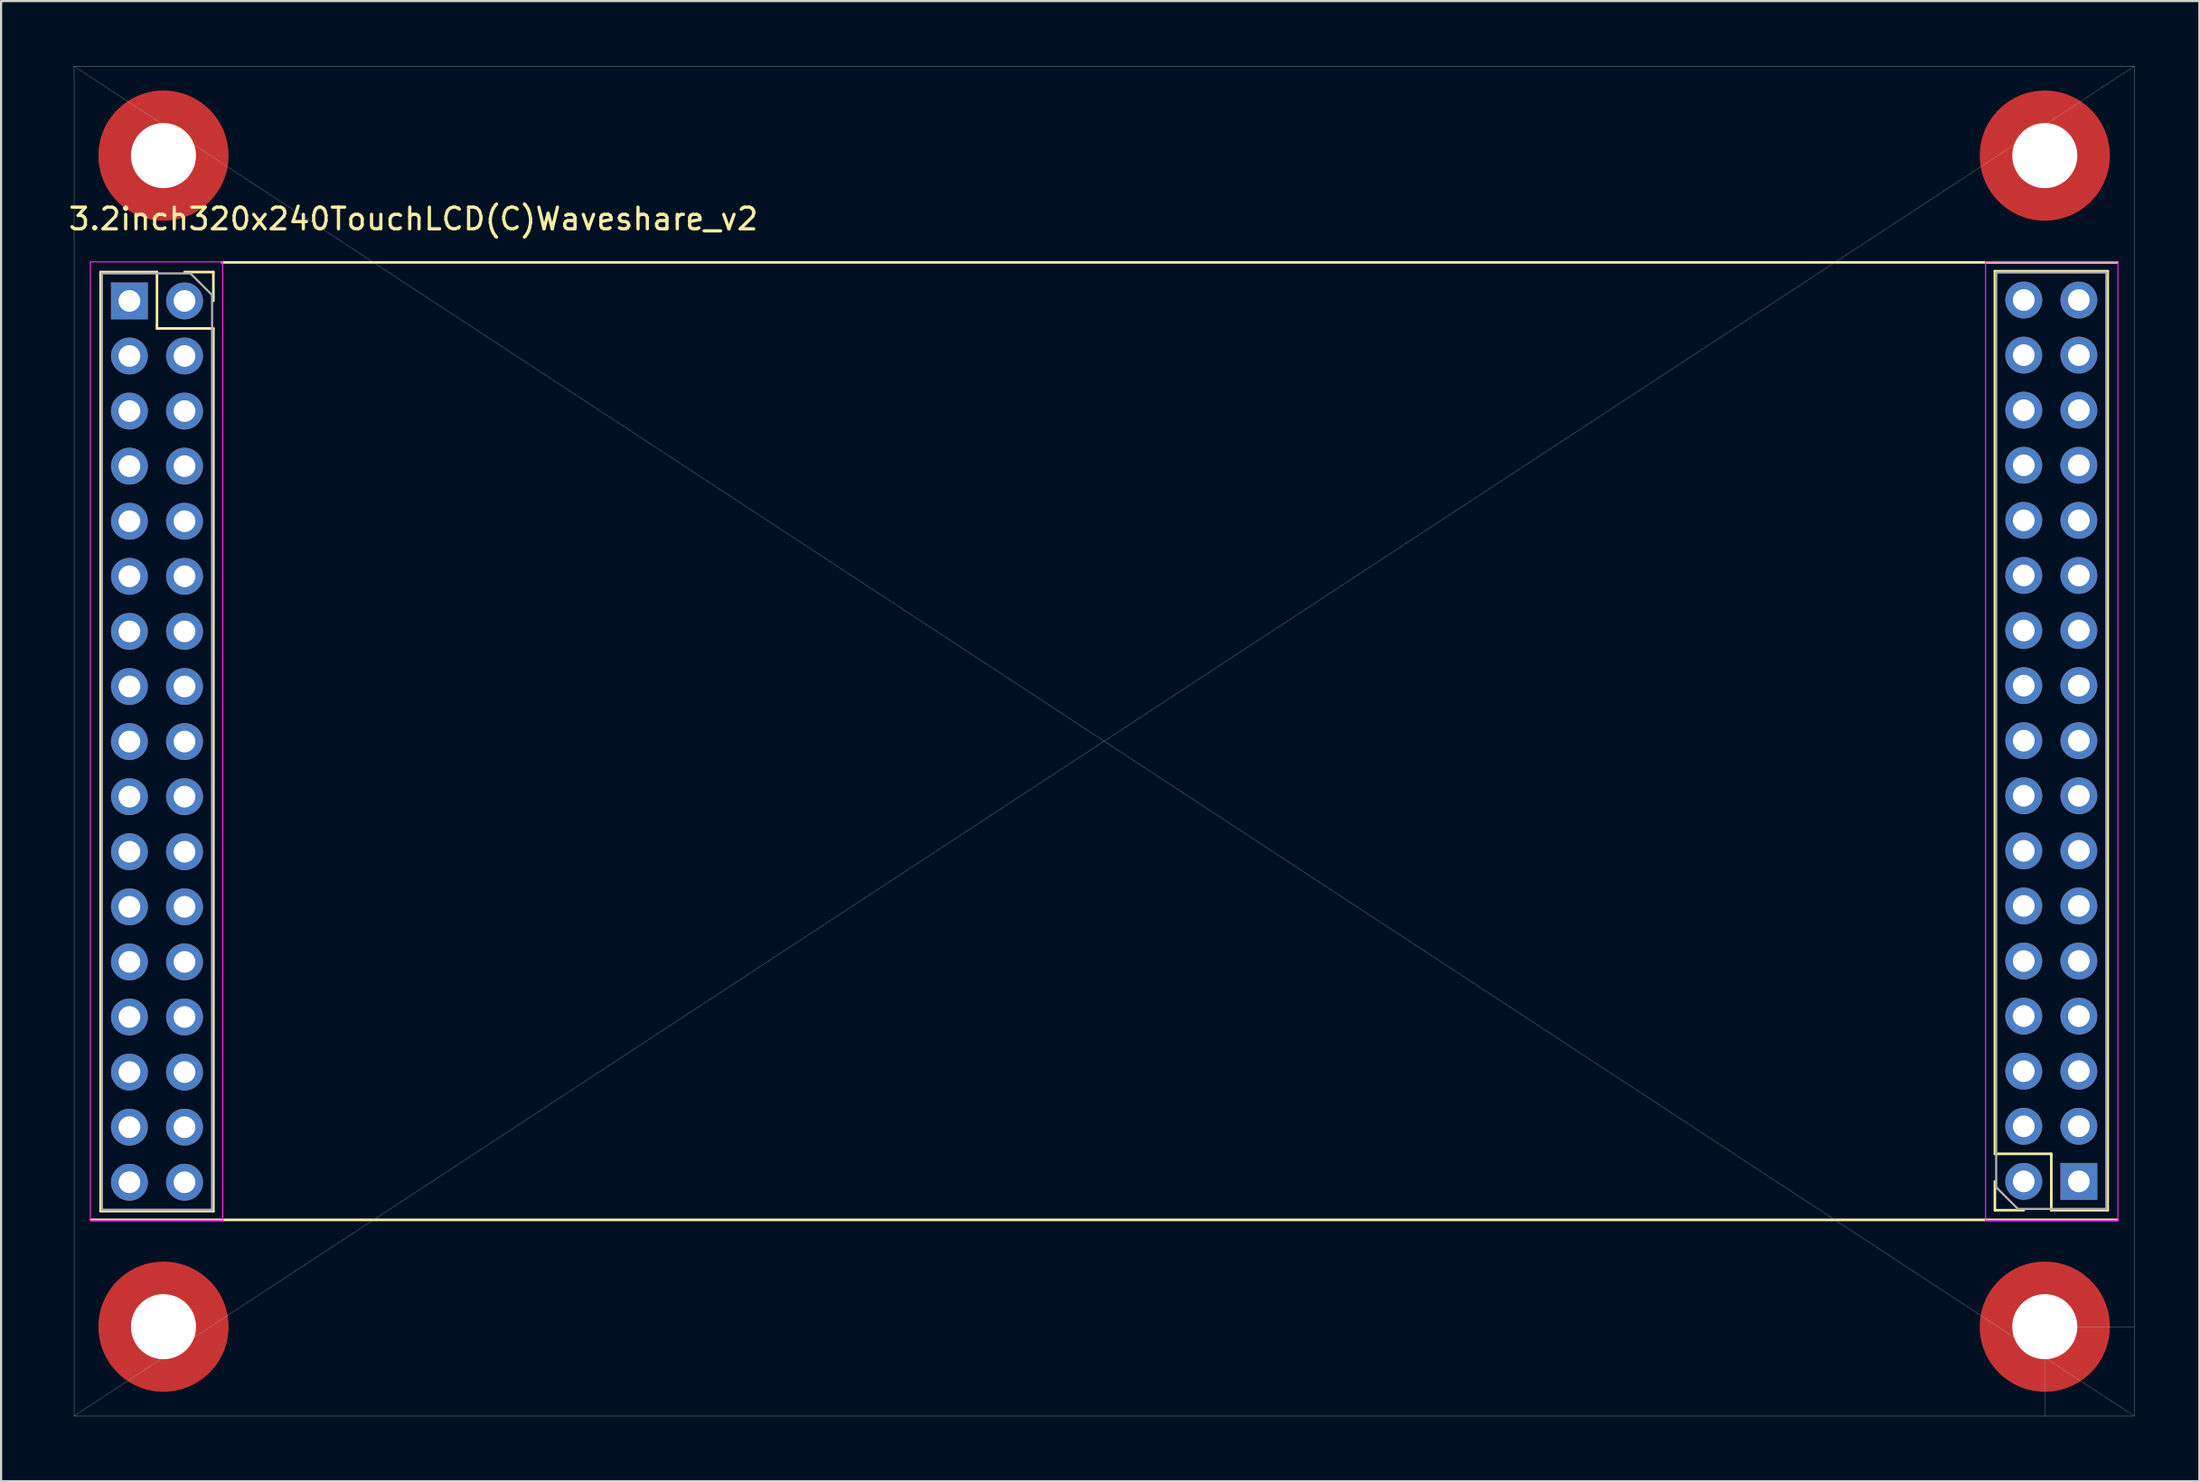
<source format=kicad_pcb>
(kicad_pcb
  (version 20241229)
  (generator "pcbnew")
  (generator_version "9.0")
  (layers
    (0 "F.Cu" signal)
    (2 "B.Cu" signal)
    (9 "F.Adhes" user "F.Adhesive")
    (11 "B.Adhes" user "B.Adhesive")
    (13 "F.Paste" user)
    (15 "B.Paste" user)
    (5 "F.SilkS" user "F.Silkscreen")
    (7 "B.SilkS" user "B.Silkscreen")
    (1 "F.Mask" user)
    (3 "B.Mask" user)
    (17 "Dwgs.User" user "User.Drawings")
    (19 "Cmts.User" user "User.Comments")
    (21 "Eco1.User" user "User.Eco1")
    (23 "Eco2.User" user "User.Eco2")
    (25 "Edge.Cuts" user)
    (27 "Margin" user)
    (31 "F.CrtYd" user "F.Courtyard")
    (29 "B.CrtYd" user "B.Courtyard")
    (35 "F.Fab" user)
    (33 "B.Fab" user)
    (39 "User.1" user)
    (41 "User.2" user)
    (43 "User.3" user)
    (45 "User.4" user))
  (footprint "3.2inch320x240TouchLCD(C)Waveshare_v2"
    (layer "F.Cu")
    (at 47.852 31.125)
    (property "Reference" "3.2inch320x240TouchLCD(C)Waveshare_v2" (at -31.846 -24.079 0) (layer "F.SilkS") (effects (font (size 1 1) (thickness 0.15))))
    (attr through_hole)
    (fp_line (start -47.485 -31.12) (end -47.485 31.12) (stroke (width 0.01) (type solid)) (layer "F.SilkS"))
    (fp_line (start -47.485 -31.12) (end 47.485 -31.12) (stroke (width 0.01) (type solid)) (layer "F.SilkS"))
    (fp_line (start -46.71 22.075) (end 46.71 22.075) (stroke (width 0.12) (type solid)) (layer "F.SilkS"))
    (fp_line (start -46.265 -21.63) (end -46.265 21.67) (stroke (width 0.12) (type solid)) (layer "F.SilkS"))
    (fp_line (start -46.265 -21.63) (end -43.665 -21.63) (stroke (width 0.12) (type solid)) (layer "F.SilkS"))
    (fp_line (start -46.265 21.67) (end -41.065 21.67) (stroke (width 0.12) (type solid)) (layer "F.SilkS"))
    (fp_line (start -45.785 -21.15) (end -46.205 -21.57) (stroke (width 0.001) (type solid)) (layer "F.SilkS"))
    (fp_line (start -43.665 -21.63) (end -43.665 -19.03) (stroke (width 0.12) (type solid)) (layer "F.SilkS"))
    (fp_line (start -43.665 -19.03) (end -41.065 -19.03) (stroke (width 0.12) (type solid)) (layer "F.SilkS"))
    (fp_line (start -42.395 -21.63) (end -41.065 -21.63) (stroke (width 0.12) (type solid)) (layer "F.SilkS"))
    (fp_line (start -41.065 -21.63) (end -41.065 -20.3) (stroke (width 0.12) (type solid)) (layer "F.SilkS"))
    (fp_line (start -41.065 -19.03) (end -41.065 21.67) (stroke (width 0.12) (type solid)) (layer "F.SilkS"))
    (fp_line (start -40.66 -22.075) (end 46.71 -22.075) (stroke (width 0.12) (type solid)) (layer "F.SilkS"))
    (fp_line (start 41.065 19.03) (end 41.065 -21.67) (stroke (width 0.12) (type solid)) (layer "F.SilkS"))
    (fp_line (start 41.065 21.63) (end 41.065 20.3) (stroke (width 0.12) (type solid)) (layer "F.SilkS"))
    (fp_line (start 42.395 21.63) (end 41.065 21.63) (stroke (width 0.12) (type solid)) (layer "F.SilkS"))
    (fp_line (start 43.665 19.03) (end 41.065 19.03) (stroke (width 0.12) (type solid)) (layer "F.SilkS"))
    (fp_line (start 43.665 21.63) (end 43.665 19.03) (stroke (width 0.12) (type solid)) (layer "F.SilkS"))
    (fp_line (start 46.265 -21.67) (end 41.065 -21.67) (stroke (width 0.12) (type solid)) (layer "F.SilkS"))
    (fp_line (start 46.265 21.63) (end 43.665 21.63) (stroke (width 0.12) (type solid)) (layer "F.SilkS"))
    (fp_line (start 46.265 21.63) (end 46.265 -21.67) (stroke (width 0.12) (type solid)) (layer "F.SilkS"))
    (fp_line (start 47.485 31.12) (end -47.485 31.12) (stroke (width 0.01) (type solid)) (layer "F.SilkS"))
    (fp_line (start 47.485 31.12) (end 47.485 -31.12) (stroke (width 0.01) (type solid)) (layer "F.SilkS"))
    (fp_line (start -47.48 -31.115) (end 47.48 31.115) (stroke (width 0.01) (type solid)) (layer "Dwgs.User"))
    (fp_line (start -47.48 31.115) (end 47.48 -31.115) (stroke (width 0.01) (type solid)) (layer "Dwgs.User"))
    (fp_line (start -46.205 -21.57) (end -41.125 -21.57) (stroke (width 0.001) (type solid)) (layer "Dwgs.User"))
    (fp_line (start 41.125 21.57) (end 46.205 21.57) (stroke (width 0.001) (type solid)) (layer "Dwgs.User"))
    (fp_line (start 43.365 27) (end 43.365 31.12) (stroke (width 0.01) (type solid)) (layer "Dwgs.User"))
    (fp_line (start 43.365 27) (end 47.485 27) (stroke (width 0.01) (type solid)) (layer "Dwgs.User"))
    (fp_line (start -46.735 -22.1) (end -40.635 -22.1) (stroke (width 0.05) (type solid)) (layer "F.CrtYd"))
    (fp_line (start -46.735 22.1) (end -46.735 -22.1) (stroke (width 0.05) (type solid)) (layer "F.CrtYd"))
    (fp_line (start -40.635 -22.1) (end -40.635 22.1) (stroke (width 0.05) (type solid)) (layer "F.CrtYd"))
    (fp_line (start -40.635 22.1) (end -46.735 22.1) (stroke (width 0.05) (type solid)) (layer "F.CrtYd"))
    (fp_line (start 40.635 -22.1) (end 46.735 -22.1) (stroke (width 0.05) (type solid)) (layer "F.CrtYd"))
    (fp_line (start 40.635 22.1) (end 40.635 -22.1) (stroke (width 0.05) (type solid)) (layer "F.CrtYd"))
    (fp_line (start 46.735 -22.1) (end 46.735 22.1) (stroke (width 0.05) (type solid)) (layer "F.CrtYd"))
    (fp_line (start 46.735 22.1) (end 40.635 22.1) (stroke (width 0.05) (type solid)) (layer "F.CrtYd"))
    (fp_line (start -46.205 -21.57) (end -42.125 -21.57) (stroke (width 0.1) (type solid)) (layer "F.Fab"))
    (fp_line (start -46.205 21.61) (end -46.205 -21.57) (stroke (width 0.1) (type solid)) (layer "F.Fab"))
    (fp_line (start -42.125 -21.57) (end -41.125 -20.57) (stroke (width 0.1) (type solid)) (layer "F.Fab"))
    (fp_line (start -41.125 -20.57) (end -41.125 21.61) (stroke (width 0.1) (type solid)) (layer "F.Fab"))
    (fp_line (start -41.125 21.61) (end -46.205 21.61) (stroke (width 0.1) (type solid)) (layer "F.Fab"))
    (fp_line (start 41.125 -21.61) (end 46.205 -21.61) (stroke (width 0.1) (type solid)) (layer "F.Fab"))
    (fp_line (start 41.125 20.57) (end 41.125 -21.61) (stroke (width 0.1) (type solid)) (layer "F.Fab"))
    (fp_line (start 42.125 21.57) (end 41.125 20.57) (stroke (width 0.1) (type solid)) (layer "F.Fab"))
    (fp_line (start 46.205 -21.61) (end 46.205 21.57) (stroke (width 0.1) (type solid)) (layer "F.Fab"))
    (fp_line (start 46.205 21.57) (end 42.125 21.57) (stroke (width 0.1) (type solid)) (layer "F.Fab"))
    (pad "" np_thru_hole circle (at -43.365 -27 180) (size 6 6) (drill 3) (layers "*.Mask" "F.Cu"))
    (pad "" np_thru_hole circle (at -43.365 27 270) (size 6 6) (drill 3) (layers "*.Mask" "F.Cu"))
    (pad "" np_thru_hole circle (at 43.365 -27 90) (size 6 6) (drill 3) (layers "*.Mask" "F.Cu"))
    (pad "" np_thru_hole circle (at 43.365 27) (size 6 6) (drill 3) (layers "*.Mask" "F.Cu"))
    (pad "1" thru_hole rect (at -44.935 -20.3) (size 1.7 1.7) (drill 1) (layers "*.Cu" "*.Mask"))
    (pad "1" thru_hole rect (at 44.935 20.3 180) (size 1.7 1.7) (drill 1) (layers "*.Cu" "*.Mask"))
    (pad "2" thru_hole oval (at -42.395 -20.3) (size 1.7 1.7) (drill 1) (layers "*.Cu" "*.Mask"))
    (pad "2" thru_hole oval (at 42.395 20.3 180) (size 1.7 1.7) (drill 1) (layers "*.Cu" "*.Mask"))
    (pad "3" thru_hole oval (at -44.935 -17.76) (size 1.7 1.7) (drill 1) (layers "*.Cu" "*.Mask"))
    (pad "3" thru_hole oval (at 44.935 17.76 180) (size 1.7 1.7) (drill 1) (layers "*.Cu" "*.Mask"))
    (pad "4" thru_hole oval (at -42.395 -17.76) (size 1.7 1.7) (drill 1) (layers "*.Cu" "*.Mask"))
    (pad "4" thru_hole oval (at 42.395 17.76 180) (size 1.7 1.7) (drill 1) (layers "*.Cu" "*.Mask"))
    (pad "5" thru_hole oval (at -44.935 -15.22) (size 1.7 1.7) (drill 1) (layers "*.Cu" "*.Mask"))
    (pad "5" thru_hole oval (at 44.935 15.22 180) (size 1.7 1.7) (drill 1) (layers "*.Cu" "*.Mask"))
    (pad "6" thru_hole oval (at -42.395 -15.22) (size 1.7 1.7) (drill 1) (layers "*.Cu" "*.Mask"))
    (pad "6" thru_hole oval (at 42.395 15.22 180) (size 1.7 1.7) (drill 1) (layers "*.Cu" "*.Mask"))
    (pad "7" thru_hole oval (at -44.935 -12.68) (size 1.7 1.7) (drill 1) (layers "*.Cu" "*.Mask"))
    (pad "7" thru_hole oval (at 44.935 12.68 180) (size 1.7 1.7) (drill 1) (layers "*.Cu" "*.Mask"))
    (pad "8" thru_hole oval (at -42.395 -12.68) (size 1.7 1.7) (drill 1) (layers "*.Cu" "*.Mask"))
    (pad "8" thru_hole oval (at 42.395 12.68 180) (size 1.7 1.7) (drill 1) (layers "*.Cu" "*.Mask"))
    (pad "9" thru_hole oval (at -44.935 -10.14) (size 1.7 1.7) (drill 1) (layers "*.Cu" "*.Mask"))
    (pad "9" thru_hole oval (at 44.935 10.14 180) (size 1.7 1.7) (drill 1) (layers "*.Cu" "*.Mask"))
    (pad "10" thru_hole oval (at -42.395 -10.14) (size 1.7 1.7) (drill 1) (layers "*.Cu" "*.Mask"))
    (pad "10" thru_hole oval (at 42.395 10.14 180) (size 1.7 1.7) (drill 1) (layers "*.Cu" "*.Mask"))
    (pad "11" thru_hole oval (at -44.935 -7.6) (size 1.7 1.7) (drill 1) (layers "*.Cu" "*.Mask"))
    (pad "11" thru_hole oval (at 44.935 7.6 180) (size 1.7 1.7) (drill 1) (layers "*.Cu" "*.Mask"))
    (pad "12" thru_hole oval (at -42.395 -7.6) (size 1.7 1.7) (drill 1) (layers "*.Cu" "*.Mask"))
    (pad "12" thru_hole oval (at 42.395 7.6 180) (size 1.7 1.7) (drill 1) (layers "*.Cu" "*.Mask"))
    (pad "13" thru_hole oval (at -44.935 -5.06) (size 1.7 1.7) (drill 1) (layers "*.Cu" "*.Mask"))
    (pad "13" thru_hole oval (at 44.935 5.06 180) (size 1.7 1.7) (drill 1) (layers "*.Cu" "*.Mask"))
    (pad "14" thru_hole oval (at -42.395 -5.06) (size 1.7 1.7) (drill 1) (layers "*.Cu" "*.Mask"))
    (pad "14" thru_hole oval (at 42.395 5.06 180) (size 1.7 1.7) (drill 1) (layers "*.Cu" "*.Mask"))
    (pad "15" thru_hole oval (at -44.935 -2.52) (size 1.7 1.7) (drill 1) (layers "*.Cu" "*.Mask"))
    (pad "15" thru_hole oval (at 44.935 2.52 180) (size 1.7 1.7) (drill 1) (layers "*.Cu" "*.Mask"))
    (pad "16" thru_hole oval (at -42.395 -2.52) (size 1.7 1.7) (drill 1) (layers "*.Cu" "*.Mask"))
    (pad "16" thru_hole oval (at 42.395 2.52 180) (size 1.7 1.7) (drill 1) (layers "*.Cu" "*.Mask"))
    (pad "17" thru_hole oval (at -44.935 0.02) (size 1.7 1.7) (drill 1) (layers "*.Cu" "*.Mask"))
    (pad "17" thru_hole oval (at 44.935 -0.02 180) (size 1.7 1.7) (drill 1) (layers "*.Cu" "*.Mask"))
    (pad "18" thru_hole oval (at -42.395 0.02) (size 1.7 1.7) (drill 1) (layers "*.Cu" "*.Mask"))
    (pad "18" thru_hole oval (at 42.395 -0.02 180) (size 1.7 1.7) (drill 1) (layers "*.Cu" "*.Mask"))
    (pad "19" thru_hole oval (at -44.935 2.56) (size 1.7 1.7) (drill 1) (layers "*.Cu" "*.Mask"))
    (pad "19" thru_hole oval (at 44.935 -2.56 180) (size 1.7 1.7) (drill 1) (layers "*.Cu" "*.Mask"))
    (pad "20" thru_hole oval (at -42.395 2.56) (size 1.7 1.7) (drill 1) (layers "*.Cu" "*.Mask"))
    (pad "20" thru_hole oval (at 42.395 -2.56 180) (size 1.7 1.7) (drill 1) (layers "*.Cu" "*.Mask"))
    (pad "21" thru_hole oval (at -44.935 5.1) (size 1.7 1.7) (drill 1) (layers "*.Cu" "*.Mask"))
    (pad "21" thru_hole oval (at 44.935 -5.1 180) (size 1.7 1.7) (drill 1) (layers "*.Cu" "*.Mask"))
    (pad "22" thru_hole oval (at -42.395 5.1) (size 1.7 1.7) (drill 1) (layers "*.Cu" "*.Mask"))
    (pad "22" thru_hole oval (at 42.395 -5.1 180) (size 1.7 1.7) (drill 1) (layers "*.Cu" "*.Mask"))
    (pad "23" thru_hole oval (at -44.935 7.64) (size 1.7 1.7) (drill 1) (layers "*.Cu" "*.Mask"))
    (pad "23" thru_hole oval (at 44.935 -7.64 180) (size 1.7 1.7) (drill 1) (layers "*.Cu" "*.Mask"))
    (pad "24" thru_hole oval (at -42.395 7.64) (size 1.7 1.7) (drill 1) (layers "*.Cu" "*.Mask"))
    (pad "24" thru_hole oval (at 42.395 -7.64 180) (size 1.7 1.7) (drill 1) (layers "*.Cu" "*.Mask"))
    (pad "25" thru_hole oval (at -44.935 10.18) (size 1.7 1.7) (drill 1) (layers "*.Cu" "*.Mask"))
    (pad "25" thru_hole oval (at 44.935 -10.18 180) (size 1.7 1.7) (drill 1) (layers "*.Cu" "*.Mask"))
    (pad "26" thru_hole oval (at -42.395 10.18) (size 1.7 1.7) (drill 1) (layers "*.Cu" "*.Mask"))
    (pad "26" thru_hole oval (at 42.395 -10.18 180) (size 1.7 1.7) (drill 1) (layers "*.Cu" "*.Mask"))
    (pad "27" thru_hole oval (at -44.935 12.72) (size 1.7 1.7) (drill 1) (layers "*.Cu" "*.Mask"))
    (pad "27" thru_hole oval (at 44.935 -12.72 180) (size 1.7 1.7) (drill 1) (layers "*.Cu" "*.Mask"))
    (pad "28" thru_hole oval (at -42.395 12.72) (size 1.7 1.7) (drill 1) (layers "*.Cu" "*.Mask"))
    (pad "28" thru_hole oval (at 42.395 -12.72 180) (size 1.7 1.7) (drill 1) (layers "*.Cu" "*.Mask"))
    (pad "29" thru_hole oval (at -44.935 15.26) (size 1.7 1.7) (drill 1) (layers "*.Cu" "*.Mask"))
    (pad "29" thru_hole oval (at 44.935 -15.26 180) (size 1.7 1.7) (drill 1) (layers "*.Cu" "*.Mask"))
    (pad "30" thru_hole oval (at -42.395 15.26) (size 1.7 1.7) (drill 1) (layers "*.Cu" "*.Mask"))
    (pad "30" thru_hole oval (at 42.395 -15.26 180) (size 1.7 1.7) (drill 1) (layers "*.Cu" "*.Mask"))
    (pad "31" thru_hole oval (at -44.935 17.8) (size 1.7 1.7) (drill 1) (layers "*.Cu" "*.Mask"))
    (pad "31" thru_hole oval (at 44.935 -17.8 180) (size 1.7 1.7) (drill 1) (layers "*.Cu" "*.Mask"))
    (pad "32" thru_hole oval (at -42.395 17.8) (size 1.7 1.7) (drill 1) (layers "*.Cu" "*.Mask"))
    (pad "32" thru_hole oval (at 42.395 -17.8 180) (size 1.7 1.7) (drill 1) (layers "*.Cu" "*.Mask"))
    (pad "33" thru_hole oval (at -44.935 20.34) (size 1.7 1.7) (drill 1) (layers "*.Cu" "*.Mask"))
    (pad "33" thru_hole oval (at 44.935 -20.34 180) (size 1.7 1.7) (drill 1) (layers "*.Cu" "*.Mask"))
    (pad "34" thru_hole oval (at -42.395 20.34) (size 1.7 1.7) (drill 1) (layers "*.Cu" "*.Mask"))
    (pad "34" thru_hole oval (at 42.395 -20.34 180) (size 1.7 1.7) (drill 1) (layers "*.Cu" "*.Mask")))
  (gr_rect
    (start -3 -3)
    (end 98.342 65.25)
    (stroke (width 0.1) (type default))
    (fill no)
    (layer "Edge.Cuts")))
</source>
